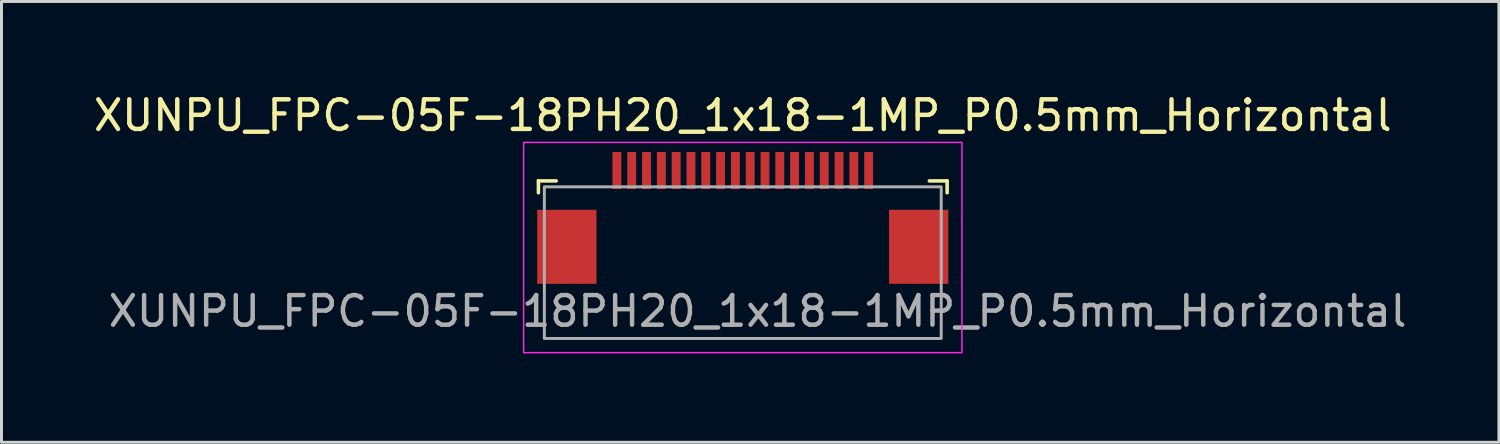
<source format=kicad_pcb>
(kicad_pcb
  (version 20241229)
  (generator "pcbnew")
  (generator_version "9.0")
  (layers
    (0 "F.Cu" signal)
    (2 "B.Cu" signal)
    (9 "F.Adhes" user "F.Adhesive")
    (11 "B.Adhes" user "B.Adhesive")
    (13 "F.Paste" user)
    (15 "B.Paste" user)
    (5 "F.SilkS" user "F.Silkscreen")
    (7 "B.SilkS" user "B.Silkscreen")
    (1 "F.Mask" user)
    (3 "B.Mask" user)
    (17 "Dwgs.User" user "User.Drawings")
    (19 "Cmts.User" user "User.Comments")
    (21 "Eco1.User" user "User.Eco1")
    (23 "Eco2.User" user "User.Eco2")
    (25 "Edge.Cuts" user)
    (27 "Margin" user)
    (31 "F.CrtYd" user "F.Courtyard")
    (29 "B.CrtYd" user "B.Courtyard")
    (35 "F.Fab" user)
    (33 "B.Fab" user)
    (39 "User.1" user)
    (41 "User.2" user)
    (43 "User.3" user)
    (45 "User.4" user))
  (footprint "XUNPU_FPC-05F-18PH20_1x18-1MP_P0.5mm_Horizontal"
    (layer "F.Cu")
    (at 22.03 3.958)
    (property "Reference" "XUNPU_FPC-05F-18PH20_1x18-1MP_P0.5mm_Horizontal" (at 0 -3.11 0) (layer "F.SilkS") (effects (font (size 1 1) (thickness 0.15))))
    (attr smd)
    (fp_line (start -6.9 -0.9) (end -6.3 -0.9) (stroke (width 0.12) (type solid)) (layer "F.SilkS"))
    (fp_line (start -6.9 -0.5) (end -6.9 -0.9) (stroke (width 0.12) (type solid)) (layer "F.SilkS"))
    (fp_line (start 6.9 -0.9) (end 6.3 -0.9) (stroke (width 0.12) (type solid)) (layer "F.SilkS"))
    (fp_line (start 6.9 -0.5) (end 6.9 -0.9) (stroke (width 0.12) (type solid)) (layer "F.SilkS"))
    (fp_rect (start -7.4 -2.2) (end 7.4 4.9) (stroke (width 0.05) (type default)) (fill no) (layer "F.CrtYd"))
    (fp_rect (start -6.7 -0.7) (end 6.7 4.42) (stroke (width 0.1) (type solid)) (fill no) (layer "F.Fab"))
    (fp_text user "${REFERENCE}" (at 0.5 3.5 0) (layer "F.Fab") (effects (font (size 1 1) (thickness 0.15))))
    (pad "1" smd rect (at 4.25 -1.25) (size 0.3 1.25) (layers "F.Cu" "F.Mask" "F.Paste"))
    (pad "2" smd rect (at 3.75 -1.25) (size 0.3 1.25) (layers "F.Cu" "F.Mask" "F.Paste"))
    (pad "3" smd rect (at 3.25 -1.25) (size 0.3 1.25) (layers "F.Cu" "F.Mask" "F.Paste"))
    (pad "4" smd rect (at 2.75 -1.25) (size 0.3 1.25) (layers "F.Cu" "F.Mask" "F.Paste"))
    (pad "5" smd rect (at 2.25 -1.25) (size 0.3 1.25) (layers "F.Cu" "F.Mask" "F.Paste"))
    (pad "6" smd rect (at 1.75 -1.25) (size 0.3 1.25) (layers "F.Cu" "F.Mask" "F.Paste"))
    (pad "7" smd rect (at 1.25 -1.25) (size 0.3 1.25) (layers "F.Cu" "F.Mask" "F.Paste"))
    (pad "8" smd rect (at 0.75 -1.25) (size 0.3 1.25) (layers "F.Cu" "F.Mask" "F.Paste"))
    (pad "9" smd rect (at 0.25 -1.25) (size 0.3 1.25) (layers "F.Cu" "F.Mask" "F.Paste"))
    (pad "10" smd rect (at -0.25 -1.25) (size 0.3 1.25) (layers "F.Cu" "F.Mask" "F.Paste"))
    (pad "11" smd rect (at -0.75 -1.25) (size 0.3 1.25) (layers "F.Cu" "F.Mask" "F.Paste"))
    (pad "12" smd rect (at -1.25 -1.25) (size 0.3 1.25) (layers "F.Cu" "F.Mask" "F.Paste"))
    (pad "13" smd rect (at -1.75 -1.25) (size 0.3 1.25) (layers "F.Cu" "F.Mask" "F.Paste"))
    (pad "14" smd rect (at -2.25 -1.25) (size 0.3 1.25) (layers "F.Cu" "F.Mask" "F.Paste"))
    (pad "15" smd rect (at -2.75 -1.25) (size 0.3 1.25) (layers "F.Cu" "F.Mask" "F.Paste"))
    (pad "16" smd rect (at -3.25 -1.25) (size 0.3 1.25) (layers "F.Cu" "F.Mask" "F.Paste"))
    (pad "17" smd rect (at -3.75 -1.25) (size 0.3 1.25) (layers "F.Cu" "F.Mask" "F.Paste"))
    (pad "18" smd rect (at -4.25 -1.25) (size 0.3 1.25) (layers "F.Cu" "F.Mask" "F.Paste"))
    (pad "MP" smd rect (at -5.94 1.325) (size 2 2.5) (layers "F.Cu" "F.Mask" "F.Paste"))
    (pad "MP" smd rect (at 5.94 1.325) (size 2 2.5) (layers "F.Cu" "F.Mask" "F.Paste")))
  (gr_rect
    (start -3 -3)
    (end 47.56 11.883)
    (stroke (width 0.1) (type default))
    (fill no)
    (layer "Edge.Cuts")))
</source>
